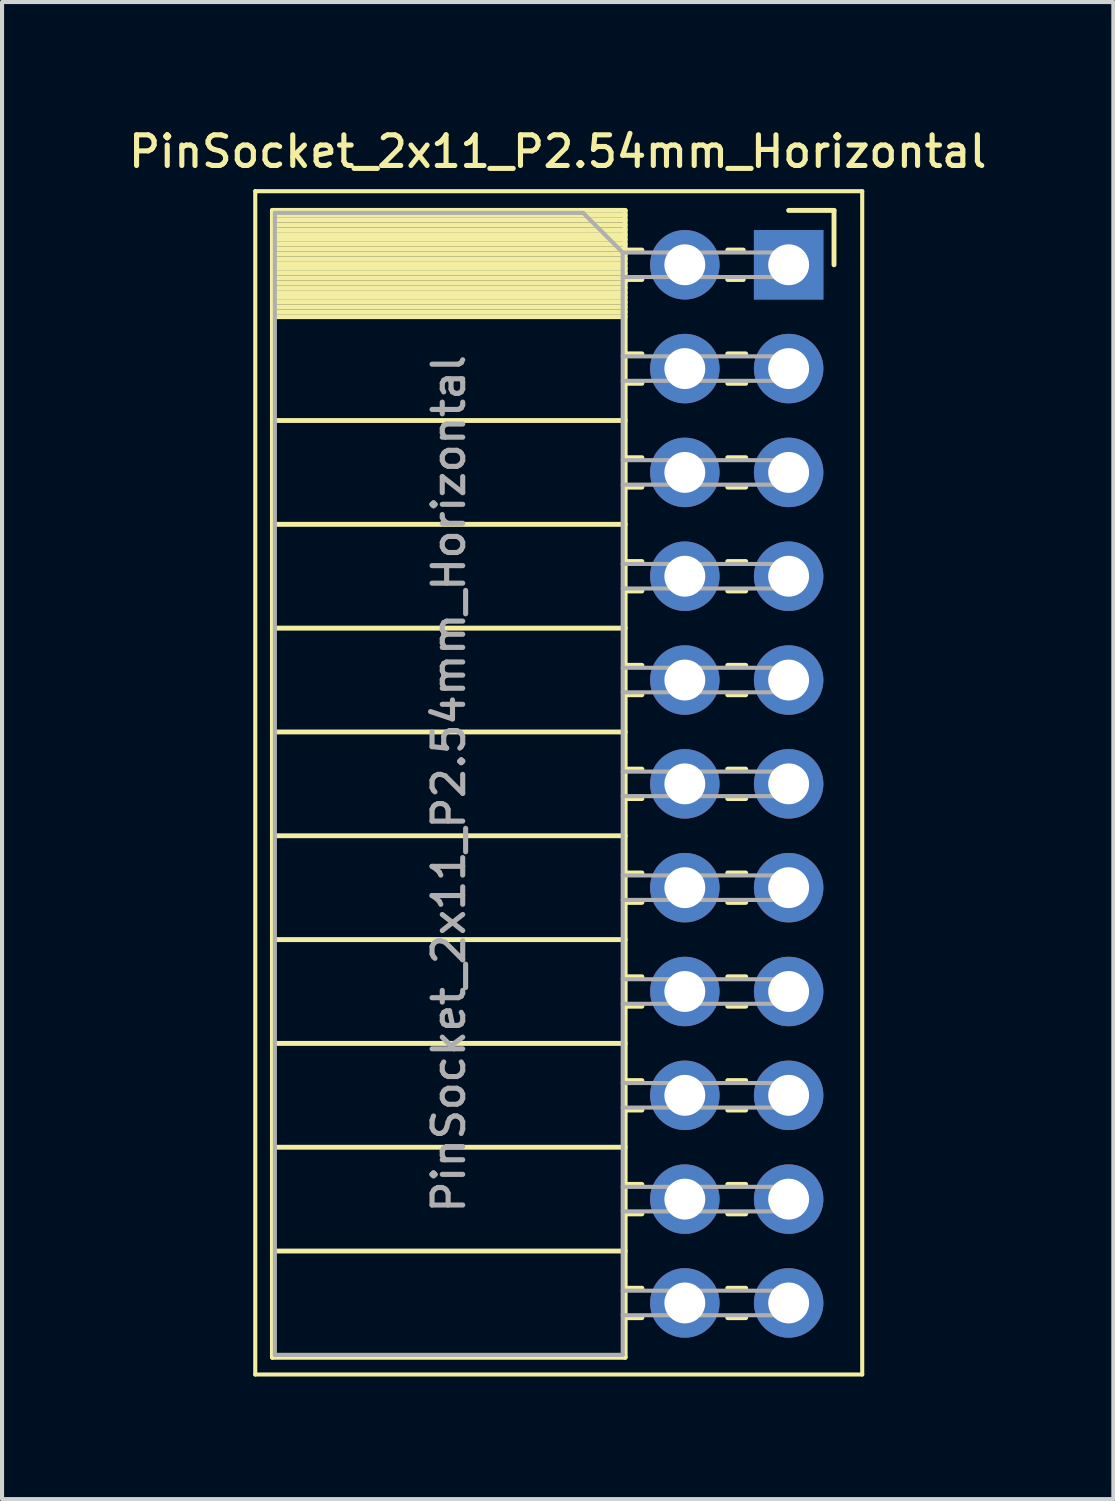
<source format=kicad_pcb>
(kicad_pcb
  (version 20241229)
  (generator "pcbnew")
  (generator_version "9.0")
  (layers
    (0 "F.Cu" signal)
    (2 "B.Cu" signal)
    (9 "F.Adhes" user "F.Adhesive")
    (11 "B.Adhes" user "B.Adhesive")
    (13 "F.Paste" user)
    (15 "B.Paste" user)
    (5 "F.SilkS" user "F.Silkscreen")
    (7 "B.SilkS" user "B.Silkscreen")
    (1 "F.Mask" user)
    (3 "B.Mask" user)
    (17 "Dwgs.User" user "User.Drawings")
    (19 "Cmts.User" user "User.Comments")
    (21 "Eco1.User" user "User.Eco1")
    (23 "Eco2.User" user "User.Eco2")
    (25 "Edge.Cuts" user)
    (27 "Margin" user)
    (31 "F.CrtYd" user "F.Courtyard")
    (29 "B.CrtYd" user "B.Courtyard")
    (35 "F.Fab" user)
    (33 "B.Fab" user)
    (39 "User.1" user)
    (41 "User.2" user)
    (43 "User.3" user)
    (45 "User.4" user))
  (footprint "PinSocket_2x11_P2.54mm_Horizontal"
    (layer "F.Cu")
    (at 16.245 3.428)
    (property "Reference" "PinSocket_2x11_P2.54mm_Horizontal" (at -5.65 -2.77 0) (layer "F.SilkS") (effects (font (size 0.75 0.75) (thickness 0.125))))
    (attr through_hole)
    (fp_line (start -13.05 -1.8) (end -13.05 27.15) (stroke (width 0.1) (type solid)) (layer "F.SilkS"))
    (fp_line (start -13.05 27.15) (end 1.8 27.15) (stroke (width 0.1) (type solid)) (layer "F.SilkS"))
    (fp_line (start -12.63 -1.33) (end -12.63 26.73) (stroke (width 0.12) (type solid)) (layer "F.SilkS"))
    (fp_line (start -12.63 -1.33) (end -4 -1.33) (stroke (width 0.12) (type solid)) (layer "F.SilkS"))
    (fp_line (start -12.63 -1.21) (end -4 -1.21) (stroke (width 0.12) (type solid)) (layer "F.SilkS"))
    (fp_line (start -12.63 -1.092) (end -4 -1.092) (stroke (width 0.12) (type solid)) (layer "F.SilkS"))
    (fp_line (start -12.63 -0.974) (end -4 -0.974) (stroke (width 0.12) (type solid)) (layer "F.SilkS"))
    (fp_line (start -12.63 -0.856) (end -4 -0.856) (stroke (width 0.12) (type solid)) (layer "F.SilkS"))
    (fp_line (start -12.63 -0.738) (end -4 -0.738) (stroke (width 0.12) (type solid)) (layer "F.SilkS"))
    (fp_line (start -12.63 -0.62) (end -4 -0.62) (stroke (width 0.12) (type solid)) (layer "F.SilkS"))
    (fp_line (start -12.63 -0.501) (end -4 -0.501) (stroke (width 0.12) (type solid)) (layer "F.SilkS"))
    (fp_line (start -12.63 -0.383) (end -4 -0.383) (stroke (width 0.12) (type solid)) (layer "F.SilkS"))
    (fp_line (start -12.63 -0.265) (end -4 -0.265) (stroke (width 0.12) (type solid)) (layer "F.SilkS"))
    (fp_line (start -12.63 -0.147) (end -4 -0.147) (stroke (width 0.12) (type solid)) (layer "F.SilkS"))
    (fp_line (start -12.63 -0.029) (end -4 -0.029) (stroke (width 0.12) (type solid)) (layer "F.SilkS"))
    (fp_line (start -12.63 0.089) (end -4 0.089) (stroke (width 0.12) (type solid)) (layer "F.SilkS"))
    (fp_line (start -12.63 0.207) (end -4 0.207) (stroke (width 0.12) (type solid)) (layer "F.SilkS"))
    (fp_line (start -12.63 0.325) (end -4 0.325) (stroke (width 0.12) (type solid)) (layer "F.SilkS"))
    (fp_line (start -12.63 0.443) (end -4 0.443) (stroke (width 0.12) (type solid)) (layer "F.SilkS"))
    (fp_line (start -12.63 0.561) (end -4 0.561) (stroke (width 0.12) (type solid)) (layer "F.SilkS"))
    (fp_line (start -12.63 0.68) (end -4 0.68) (stroke (width 0.12) (type solid)) (layer "F.SilkS"))
    (fp_line (start -12.63 0.798) (end -4 0.798) (stroke (width 0.12) (type solid)) (layer "F.SilkS"))
    (fp_line (start -12.63 0.916) (end -4 0.916) (stroke (width 0.12) (type solid)) (layer "F.SilkS"))
    (fp_line (start -12.63 1.034) (end -4 1.034) (stroke (width 0.12) (type solid)) (layer "F.SilkS"))
    (fp_line (start -12.63 1.152) (end -4 1.152) (stroke (width 0.12) (type solid)) (layer "F.SilkS"))
    (fp_line (start -12.63 1.27) (end -4 1.27) (stroke (width 0.12) (type solid)) (layer "F.SilkS"))
    (fp_line (start -12.63 3.81) (end -4 3.81) (stroke (width 0.12) (type solid)) (layer "F.SilkS"))
    (fp_line (start -12.63 6.35) (end -4 6.35) (stroke (width 0.12) (type solid)) (layer "F.SilkS"))
    (fp_line (start -12.63 8.89) (end -4 8.89) (stroke (width 0.12) (type solid)) (layer "F.SilkS"))
    (fp_line (start -12.63 11.43) (end -4 11.43) (stroke (width 0.12) (type solid)) (layer "F.SilkS"))
    (fp_line (start -12.63 13.97) (end -4 13.97) (stroke (width 0.12) (type solid)) (layer "F.SilkS"))
    (fp_line (start -12.63 16.51) (end -4 16.51) (stroke (width 0.12) (type solid)) (layer "F.SilkS"))
    (fp_line (start -12.63 19.05) (end -4 19.05) (stroke (width 0.12) (type solid)) (layer "F.SilkS"))
    (fp_line (start -12.63 21.59) (end -4 21.59) (stroke (width 0.12) (type solid)) (layer "F.SilkS"))
    (fp_line (start -12.63 24.13) (end -4 24.13) (stroke (width 0.12) (type solid)) (layer "F.SilkS"))
    (fp_line (start -12.63 26.73) (end -4 26.73) (stroke (width 0.12) (type solid)) (layer "F.SilkS"))
    (fp_line (start -4 -1.33) (end -4 26.73) (stroke (width 0.12) (type solid)) (layer "F.SilkS"))
    (fp_line (start -4 -0.36) (end -3.59 -0.36) (stroke (width 0.12) (type solid)) (layer "F.SilkS"))
    (fp_line (start -4 0.36) (end -3.59 0.36) (stroke (width 0.12) (type solid)) (layer "F.SilkS"))
    (fp_line (start -4 2.18) (end -3.59 2.18) (stroke (width 0.12) (type solid)) (layer "F.SilkS"))
    (fp_line (start -4 2.9) (end -3.59 2.9) (stroke (width 0.12) (type solid)) (layer "F.SilkS"))
    (fp_line (start -4 4.72) (end -3.59 4.72) (stroke (width 0.12) (type solid)) (layer "F.SilkS"))
    (fp_line (start -4 5.44) (end -3.59 5.44) (stroke (width 0.12) (type solid)) (layer "F.SilkS"))
    (fp_line (start -4 7.26) (end -3.59 7.26) (stroke (width 0.12) (type solid)) (layer "F.SilkS"))
    (fp_line (start -4 7.98) (end -3.59 7.98) (stroke (width 0.12) (type solid)) (layer "F.SilkS"))
    (fp_line (start -4 9.8) (end -3.59 9.8) (stroke (width 0.12) (type solid)) (layer "F.SilkS"))
    (fp_line (start -4 10.52) (end -3.59 10.52) (stroke (width 0.12) (type solid)) (layer "F.SilkS"))
    (fp_line (start -4 12.34) (end -3.59 12.34) (stroke (width 0.12) (type solid)) (layer "F.SilkS"))
    (fp_line (start -4 13.06) (end -3.59 13.06) (stroke (width 0.12) (type solid)) (layer "F.SilkS"))
    (fp_line (start -4 14.88) (end -3.59 14.88) (stroke (width 0.12) (type solid)) (layer "F.SilkS"))
    (fp_line (start -4 15.6) (end -3.59 15.6) (stroke (width 0.12) (type solid)) (layer "F.SilkS"))
    (fp_line (start -4 17.42) (end -3.59 17.42) (stroke (width 0.12) (type solid)) (layer "F.SilkS"))
    (fp_line (start -4 18.14) (end -3.59 18.14) (stroke (width 0.12) (type solid)) (layer "F.SilkS"))
    (fp_line (start -4 19.96) (end -3.59 19.96) (stroke (width 0.12) (type solid)) (layer "F.SilkS"))
    (fp_line (start -4 20.68) (end -3.59 20.68) (stroke (width 0.12) (type solid)) (layer "F.SilkS"))
    (fp_line (start -4 22.5) (end -3.59 22.5) (stroke (width 0.12) (type solid)) (layer "F.SilkS"))
    (fp_line (start -4 23.22) (end -3.59 23.22) (stroke (width 0.12) (type solid)) (layer "F.SilkS"))
    (fp_line (start -4 25.04) (end -3.59 25.04) (stroke (width 0.12) (type solid)) (layer "F.SilkS"))
    (fp_line (start -4 25.76) (end -3.59 25.76) (stroke (width 0.12) (type solid)) (layer "F.SilkS"))
    (fp_line (start -1.49 -0.36) (end -1.11 -0.36) (stroke (width 0.12) (type solid)) (layer "F.SilkS"))
    (fp_line (start -1.49 0.36) (end -1.11 0.36) (stroke (width 0.12) (type solid)) (layer "F.SilkS"))
    (fp_line (start -1.49 2.18) (end -1.05 2.18) (stroke (width 0.12) (type solid)) (layer "F.SilkS"))
    (fp_line (start -1.49 2.9) (end -1.05 2.9) (stroke (width 0.12) (type solid)) (layer "F.SilkS"))
    (fp_line (start -1.49 4.72) (end -1.05 4.72) (stroke (width 0.12) (type solid)) (layer "F.SilkS"))
    (fp_line (start -1.49 5.44) (end -1.05 5.44) (stroke (width 0.12) (type solid)) (layer "F.SilkS"))
    (fp_line (start -1.49 7.26) (end -1.05 7.26) (stroke (width 0.12) (type solid)) (layer "F.SilkS"))
    (fp_line (start -1.49 7.98) (end -1.05 7.98) (stroke (width 0.12) (type solid)) (layer "F.SilkS"))
    (fp_line (start -1.49 9.8) (end -1.05 9.8) (stroke (width 0.12) (type solid)) (layer "F.SilkS"))
    (fp_line (start -1.49 10.52) (end -1.05 10.52) (stroke (width 0.12) (type solid)) (layer "F.SilkS"))
    (fp_line (start -1.49 12.34) (end -1.05 12.34) (stroke (width 0.12) (type solid)) (layer "F.SilkS"))
    (fp_line (start -1.49 13.06) (end -1.05 13.06) (stroke (width 0.12) (type solid)) (layer "F.SilkS"))
    (fp_line (start -1.49 14.88) (end -1.05 14.88) (stroke (width 0.12) (type solid)) (layer "F.SilkS"))
    (fp_line (start -1.49 15.6) (end -1.05 15.6) (stroke (width 0.12) (type solid)) (layer "F.SilkS"))
    (fp_line (start -1.49 17.42) (end -1.05 17.42) (stroke (width 0.12) (type solid)) (layer "F.SilkS"))
    (fp_line (start -1.49 18.14) (end -1.05 18.14) (stroke (width 0.12) (type solid)) (layer "F.SilkS"))
    (fp_line (start -1.49 19.96) (end -1.05 19.96) (stroke (width 0.12) (type solid)) (layer "F.SilkS"))
    (fp_line (start -1.49 20.68) (end -1.05 20.68) (stroke (width 0.12) (type solid)) (layer "F.SilkS"))
    (fp_line (start -1.49 22.5) (end -1.05 22.5) (stroke (width 0.12) (type solid)) (layer "F.SilkS"))
    (fp_line (start -1.49 23.22) (end -1.05 23.22) (stroke (width 0.12) (type solid)) (layer "F.SilkS"))
    (fp_line (start -1.49 25.04) (end -1.05 25.04) (stroke (width 0.12) (type solid)) (layer "F.SilkS"))
    (fp_line (start -1.49 25.76) (end -1.05 25.76) (stroke (width 0.12) (type solid)) (layer "F.SilkS"))
    (fp_line (start 0 -1.33) (end 1.11 -1.33) (stroke (width 0.12) (type solid)) (layer "F.SilkS"))
    (fp_line (start 1.11 -1.33) (end 1.11 0) (stroke (width 0.12) (type solid)) (layer "F.SilkS"))
    (fp_line (start 1.8 -1.8) (end -13.05 -1.8) (stroke (width 0.1) (type solid)) (layer "F.SilkS"))
    (fp_line (start 1.8 27.15) (end 1.8 -1.8) (stroke (width 0.1) (type solid)) (layer "F.SilkS"))
    (fp_line (start -12.57 -1.27) (end -5.03 -1.27) (stroke (width 0.1) (type solid)) (layer "F.Fab"))
    (fp_line (start -12.57 26.67) (end -12.57 -1.27) (stroke (width 0.1) (type solid)) (layer "F.Fab"))
    (fp_line (start -5.03 -1.27) (end -4.06 -0.3) (stroke (width 0.1) (type solid)) (layer "F.Fab"))
    (fp_line (start -4.06 -0.3) (end -4.06 26.67) (stroke (width 0.1) (type solid)) (layer "F.Fab"))
    (fp_line (start -4.06 0.3) (end 0 0.3) (stroke (width 0.1) (type solid)) (layer "F.Fab"))
    (fp_line (start -4.06 2.84) (end 0 2.84) (stroke (width 0.1) (type solid)) (layer "F.Fab"))
    (fp_line (start -4.06 5.38) (end 0 5.38) (stroke (width 0.1) (type solid)) (layer "F.Fab"))
    (fp_line (start -4.06 7.92) (end 0 7.92) (stroke (width 0.1) (type solid)) (layer "F.Fab"))
    (fp_line (start -4.06 10.46) (end 0 10.46) (stroke (width 0.1) (type solid)) (layer "F.Fab"))
    (fp_line (start -4.06 13) (end 0 13) (stroke (width 0.1) (type solid)) (layer "F.Fab"))
    (fp_line (start -4.06 15.54) (end 0 15.54) (stroke (width 0.1) (type solid)) (layer "F.Fab"))
    (fp_line (start -4.06 18.08) (end 0 18.08) (stroke (width 0.1) (type solid)) (layer "F.Fab"))
    (fp_line (start -4.06 20.62) (end 0 20.62) (stroke (width 0.1) (type solid)) (layer "F.Fab"))
    (fp_line (start -4.06 23.16) (end 0 23.16) (stroke (width 0.1) (type solid)) (layer "F.Fab"))
    (fp_line (start -4.06 25.7) (end 0 25.7) (stroke (width 0.1) (type solid)) (layer "F.Fab"))
    (fp_line (start -4.06 26.67) (end -12.57 26.67) (stroke (width 0.1) (type solid)) (layer "F.Fab"))
    (fp_line (start 0 -0.3) (end -4.06 -0.3) (stroke (width 0.1) (type solid)) (layer "F.Fab"))
    (fp_line (start 0 0.3) (end 0 -0.3) (stroke (width 0.1) (type solid)) (layer "F.Fab"))
    (fp_line (start 0 2.24) (end -4.06 2.24) (stroke (width 0.1) (type solid)) (layer "F.Fab"))
    (fp_line (start 0 2.84) (end 0 2.24) (stroke (width 0.1) (type solid)) (layer "F.Fab"))
    (fp_line (start 0 4.78) (end -4.06 4.78) (stroke (width 0.1) (type solid)) (layer "F.Fab"))
    (fp_line (start 0 5.38) (end 0 4.78) (stroke (width 0.1) (type solid)) (layer "F.Fab"))
    (fp_line (start 0 7.32) (end -4.06 7.32) (stroke (width 0.1) (type solid)) (layer "F.Fab"))
    (fp_line (start 0 7.92) (end 0 7.32) (stroke (width 0.1) (type solid)) (layer "F.Fab"))
    (fp_line (start 0 9.86) (end -4.06 9.86) (stroke (width 0.1) (type solid)) (layer "F.Fab"))
    (fp_line (start 0 10.46) (end 0 9.86) (stroke (width 0.1) (type solid)) (layer "F.Fab"))
    (fp_line (start 0 12.4) (end -4.06 12.4) (stroke (width 0.1) (type solid)) (layer "F.Fab"))
    (fp_line (start 0 13) (end 0 12.4) (stroke (width 0.1) (type solid)) (layer "F.Fab"))
    (fp_line (start 0 14.94) (end -4.06 14.94) (stroke (width 0.1) (type solid)) (layer "F.Fab"))
    (fp_line (start 0 15.54) (end 0 14.94) (stroke (width 0.1) (type solid)) (layer "F.Fab"))
    (fp_line (start 0 17.48) (end -4.06 17.48) (stroke (width 0.1) (type solid)) (layer "F.Fab"))
    (fp_line (start 0 18.08) (end 0 17.48) (stroke (width 0.1) (type solid)) (layer "F.Fab"))
    (fp_line (start 0 20.02) (end -4.06 20.02) (stroke (width 0.1) (type solid)) (layer "F.Fab"))
    (fp_line (start 0 20.62) (end 0 20.02) (stroke (width 0.1) (type solid)) (layer "F.Fab"))
    (fp_line (start 0 22.56) (end -4.06 22.56) (stroke (width 0.1) (type solid)) (layer "F.Fab"))
    (fp_line (start 0 23.16) (end 0 22.56) (stroke (width 0.1) (type solid)) (layer "F.Fab"))
    (fp_line (start 0 25.1) (end -4.06 25.1) (stroke (width 0.1) (type solid)) (layer "F.Fab"))
    (fp_line (start 0 25.7) (end 0 25.1) (stroke (width 0.1) (type solid)) (layer "F.Fab"))
    (fp_text user "${REFERENCE}" (at -8.315 12.7 90) (layer "F.Fab") (effects (font (size 0.75 0.75) (thickness 0.125))))
    (pad "1" thru_hole rect (at 0 0) (size 1.7 1.7) (drill 1) (layers "*.Cu" "*.Mask"))
    (pad "2" thru_hole oval (at -2.54 0) (size 1.7 1.7) (drill 1) (layers "*.Cu" "*.Mask"))
    (pad "3" thru_hole oval (at 0 2.54) (size 1.7 1.7) (drill 1) (layers "*.Cu" "*.Mask"))
    (pad "4" thru_hole oval (at -2.54 2.54) (size 1.7 1.7) (drill 1) (layers "*.Cu" "*.Mask"))
    (pad "5" thru_hole oval (at 0 5.08) (size 1.7 1.7) (drill 1) (layers "*.Cu" "*.Mask"))
    (pad "6" thru_hole oval (at -2.54 5.08) (size 1.7 1.7) (drill 1) (layers "*.Cu" "*.Mask"))
    (pad "7" thru_hole oval (at 0 7.62) (size 1.7 1.7) (drill 1) (layers "*.Cu" "*.Mask"))
    (pad "8" thru_hole oval (at -2.54 7.62) (size 1.7 1.7) (drill 1) (layers "*.Cu" "*.Mask"))
    (pad "9" thru_hole oval (at 0 10.16) (size 1.7 1.7) (drill 1) (layers "*.Cu" "*.Mask"))
    (pad "10" thru_hole oval (at -2.54 10.16) (size 1.7 1.7) (drill 1) (layers "*.Cu" "*.Mask"))
    (pad "11" thru_hole oval (at 0 12.7) (size 1.7 1.7) (drill 1) (layers "*.Cu" "*.Mask"))
    (pad "12" thru_hole oval (at -2.54 12.7) (size 1.7 1.7) (drill 1) (layers "*.Cu" "*.Mask"))
    (pad "13" thru_hole oval (at 0 15.24) (size 1.7 1.7) (drill 1) (layers "*.Cu" "*.Mask"))
    (pad "14" thru_hole oval (at -2.54 15.24) (size 1.7 1.7) (drill 1) (layers "*.Cu" "*.Mask"))
    (pad "15" thru_hole oval (at 0 17.78) (size 1.7 1.7) (drill 1) (layers "*.Cu" "*.Mask"))
    (pad "16" thru_hole oval (at -2.54 17.78) (size 1.7 1.7) (drill 1) (layers "*.Cu" "*.Mask"))
    (pad "17" thru_hole oval (at 0 20.32) (size 1.7 1.7) (drill 1) (layers "*.Cu" "*.Mask"))
    (pad "18" thru_hole oval (at -2.54 20.32) (size 1.7 1.7) (drill 1) (layers "*.Cu" "*.Mask"))
    (pad "19" thru_hole oval (at 0 22.86) (size 1.7 1.7) (drill 1) (layers "*.Cu" "*.Mask"))
    (pad "20" thru_hole oval (at -2.54 22.86) (size 1.7 1.7) (drill 1) (layers "*.Cu" "*.Mask"))
    (pad "21" thru_hole oval (at 0 25.4) (size 1.7 1.7) (drill 1) (layers "*.Cu" "*.Mask"))
    (pad "22" thru_hole oval (at -2.54 25.4) (size 1.7 1.7) (drill 1) (layers "*.Cu" "*.Mask")))
  (gr_rect
    (start -3 -3)
    (end 24.189 33.628)
    (stroke (width 0.1) (type default))
    (fill no)
    (layer "Edge.Cuts")))
</source>
